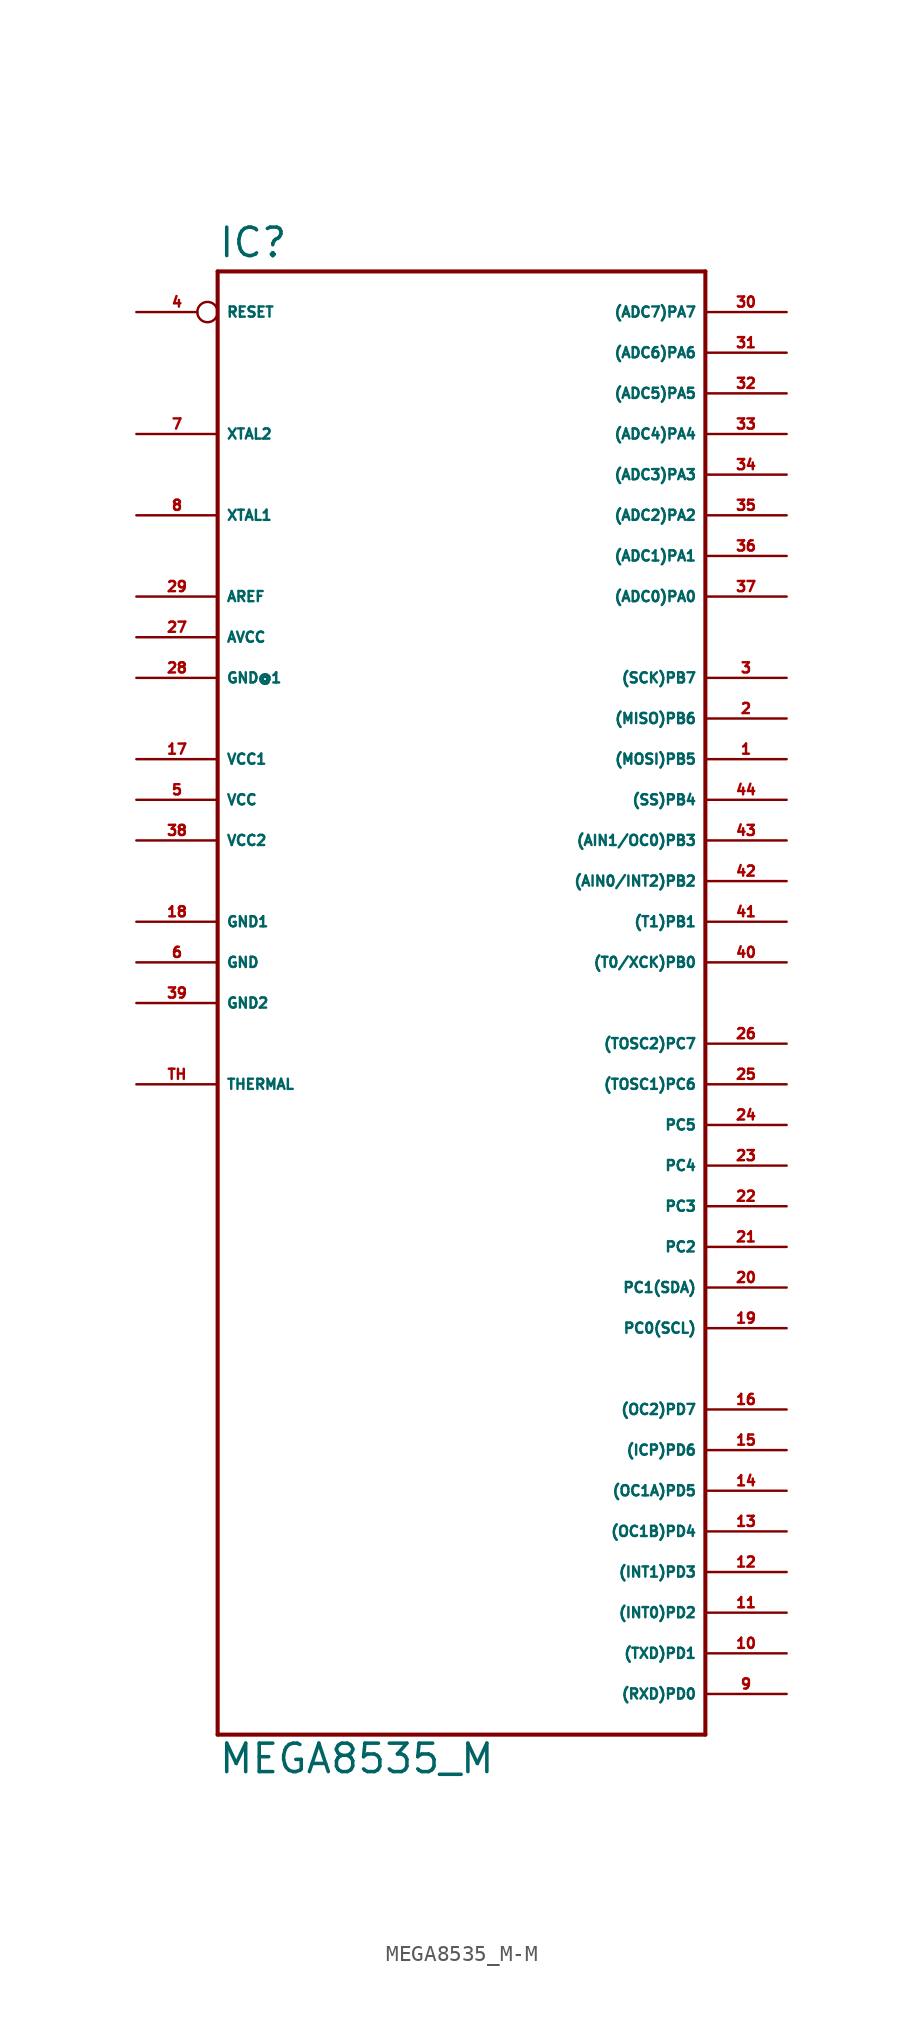
<source format=kicad_sym>
(kicad_symbol_lib
  (version 20220914)
  (generator Eagle2Kicad)
  (symbol "MEGA8535_M-M"
    (property "Reference" "IC"
      (at -15.24 43.942 0)
      (effects (font (size 1.778 1.778) (thickness 0.22)) (justify left bottom)))
    (property "Value" "MEGA8535_M"
      (at -15.24 -50.8 0)
      (effects (font (size 1.778 1.778) (thickness 0.22)) (justify left bottom)))
    (polyline
      (pts (xy -15.24 43.18) (xy 15.24 43.18))
      (stroke (width 0.254) (type default))
      (fill (type none)))
    (polyline
      (pts (xy 15.24 43.18) (xy 15.24 -48.26))
      (stroke (width 0.254) (type default))
      (fill (type none)))
    (polyline
      (pts (xy 15.24 -48.26) (xy -15.24 -48.26))
      (stroke (width 0.254) (type default))
      (fill (type none)))
    (polyline
      (pts (xy -15.24 -48.26) (xy -15.24 43.18))
      (stroke (width 0.254) (type default))
      (fill (type none)))
    (pin bidirectional line
      (at 20.32 40.64 180)
      (length 5.08)
      (name "(ADC7)PA7" (effects (font (size 0.635 0.635) (thickness 0.08)) (justify left bottom)))
      (number "30" (effects (font (size 0.635 0.635) (thickness 0.08)) (justify left bottom))))
    (pin bidirectional line
      (at 20.32 38.1 180)
      (length 5.08)
      (name "(ADC6)PA6" (effects (font (size 0.635 0.635) (thickness 0.08)) (justify left bottom)))
      (number "31" (effects (font (size 0.635 0.635) (thickness 0.08)) (justify left bottom))))
    (pin bidirectional line
      (at 20.32 35.56 180)
      (length 5.08)
      (name "(ADC5)PA5" (effects (font (size 0.635 0.635) (thickness 0.08)) (justify left bottom)))
      (number "32" (effects (font (size 0.635 0.635) (thickness 0.08)) (justify left bottom))))
    (pin bidirectional line
      (at 20.32 33.02 180)
      (length 5.08)
      (name "(ADC4)PA4" (effects (font (size 0.635 0.635) (thickness 0.08)) (justify left bottom)))
      (number "33" (effects (font (size 0.635 0.635) (thickness 0.08)) (justify left bottom))))
    (pin bidirectional line
      (at 20.32 30.48 180)
      (length 5.08)
      (name "(ADC3)PA3" (effects (font (size 0.635 0.635) (thickness 0.08)) (justify left bottom)))
      (number "34" (effects (font (size 0.635 0.635) (thickness 0.08)) (justify left bottom))))
    (pin bidirectional line
      (at 20.32 27.94 180)
      (length 5.08)
      (name "(ADC2)PA2" (effects (font (size 0.635 0.635) (thickness 0.08)) (justify left bottom)))
      (number "35" (effects (font (size 0.635 0.635) (thickness 0.08)) (justify left bottom))))
    (pin bidirectional line
      (at 20.32 25.4 180)
      (length 5.08)
      (name "(ADC1)PA1" (effects (font (size 0.635 0.635) (thickness 0.08)) (justify left bottom)))
      (number "36" (effects (font (size 0.635 0.635) (thickness 0.08)) (justify left bottom))))
    (pin bidirectional line
      (at 20.32 22.86 180)
      (length 5.08)
      (name "(ADC0)PA0" (effects (font (size 0.635 0.635) (thickness 0.08)) (justify left bottom)))
      (number "37" (effects (font (size 0.635 0.635) (thickness 0.08)) (justify left bottom))))
    (pin bidirectional line
      (at 20.32 17.78 180)
      (length 5.08)
      (name "(SCK)PB7" (effects (font (size 0.635 0.635) (thickness 0.08)) (justify left bottom)))
      (number "3" (effects (font (size 0.635 0.635) (thickness 0.08)) (justify left bottom))))
    (pin bidirectional line
      (at 20.32 15.24 180)
      (length 5.08)
      (name "(MISO)PB6" (effects (font (size 0.635 0.635) (thickness 0.08)) (justify left bottom)))
      (number "2" (effects (font (size 0.635 0.635) (thickness 0.08)) (justify left bottom))))
    (pin bidirectional line
      (at 20.32 12.7 180)
      (length 5.08)
      (name "(MOSI)PB5" (effects (font (size 0.635 0.635) (thickness 0.08)) (justify left bottom)))
      (number "1" (effects (font (size 0.635 0.635) (thickness 0.08)) (justify left bottom))))
    (pin bidirectional line
      (at 20.32 10.16 180)
      (length 5.08)
      (name "(SS)PB4" (effects (font (size 0.635 0.635) (thickness 0.08)) (justify left bottom)))
      (number "44" (effects (font (size 0.635 0.635) (thickness 0.08)) (justify left bottom))))
    (pin bidirectional line
      (at 20.32 7.62 180)
      (length 5.08)
      (name "(AIN1/OC0)PB3" (effects (font (size 0.635 0.635) (thickness 0.08)) (justify left bottom)))
      (number "43" (effects (font (size 0.635 0.635) (thickness 0.08)) (justify left bottom))))
    (pin bidirectional line
      (at 20.32 5.08 180)
      (length 5.08)
      (name "(AIN0/INT2)PB2" (effects (font (size 0.635 0.635) (thickness 0.08)) (justify left bottom)))
      (number "42" (effects (font (size 0.635 0.635) (thickness 0.08)) (justify left bottom))))
    (pin bidirectional line
      (at 20.32 2.54 180)
      (length 5.08)
      (name "(T1)PB1" (effects (font (size 0.635 0.635) (thickness 0.08)) (justify left bottom)))
      (number "41" (effects (font (size 0.635 0.635) (thickness 0.08)) (justify left bottom))))
    (pin bidirectional line
      (at 20.32 0 180)
      (length 5.08)
      (name "(T0/XCK)PB0" (effects (font (size 0.635 0.635) (thickness 0.08)) (justify left bottom)))
      (number "40" (effects (font (size 0.635 0.635) (thickness 0.08)) (justify left bottom))))
    (pin bidirectional line
      (at 20.32 -5.08 180)
      (length 5.08)
      (name "(TOSC2)PC7" (effects (font (size 0.635 0.635) (thickness 0.08)) (justify left bottom)))
      (number "26" (effects (font (size 0.635 0.635) (thickness 0.08)) (justify left bottom))))
    (pin bidirectional line
      (at 20.32 -7.62 180)
      (length 5.08)
      (name "(TOSC1)PC6" (effects (font (size 0.635 0.635) (thickness 0.08)) (justify left bottom)))
      (number "25" (effects (font (size 0.635 0.635) (thickness 0.08)) (justify left bottom))))
    (pin bidirectional line
      (at 20.32 -10.16 180)
      (length 5.08)
      (name "PC5" (effects (font (size 0.635 0.635) (thickness 0.08)) (justify left bottom)))
      (number "24" (effects (font (size 0.635 0.635) (thickness 0.08)) (justify left bottom))))
    (pin bidirectional line
      (at 20.32 -12.7 180)
      (length 5.08)
      (name "PC4" (effects (font (size 0.635 0.635) (thickness 0.08)) (justify left bottom)))
      (number "23" (effects (font (size 0.635 0.635) (thickness 0.08)) (justify left bottom))))
    (pin bidirectional line
      (at 20.32 -15.24 180)
      (length 5.08)
      (name "PC3" (effects (font (size 0.635 0.635) (thickness 0.08)) (justify left bottom)))
      (number "22" (effects (font (size 0.635 0.635) (thickness 0.08)) (justify left bottom))))
    (pin bidirectional line
      (at 20.32 -17.78 180)
      (length 5.08)
      (name "PC2" (effects (font (size 0.635 0.635) (thickness 0.08)) (justify left bottom)))
      (number "21" (effects (font (size 0.635 0.635) (thickness 0.08)) (justify left bottom))))
    (pin bidirectional line
      (at 20.32 -20.32 180)
      (length 5.08)
      (name "PC1(SDA)" (effects (font (size 0.635 0.635) (thickness 0.08)) (justify left bottom)))
      (number "20" (effects (font (size 0.635 0.635) (thickness 0.08)) (justify left bottom))))
    (pin bidirectional line
      (at 20.32 -22.86 180)
      (length 5.08)
      (name "PC0(SCL)" (effects (font (size 0.635 0.635) (thickness 0.08)) (justify left bottom)))
      (number "19" (effects (font (size 0.635 0.635) (thickness 0.08)) (justify left bottom))))
    (pin unspecified line
      (at -20.32 17.78 0)
      (length 5.08)
      (name "GND@1" (effects (font (size 0.635 0.635) (thickness 0.08)) (justify left bottom)))
      (number "28" (effects (font (size 0.635 0.635) (thickness 0.08)) (justify left bottom))))
    (pin unspecified line
      (at -20.32 20.32 0)
      (length 5.08)
      (name "AVCC" (effects (font (size 0.635 0.635) (thickness 0.08)) (justify left bottom)))
      (number "27" (effects (font (size 0.635 0.635) (thickness 0.08)) (justify left bottom))))
    (pin passive line
      (at -20.32 22.86 0)
      (length 5.08)
      (name "AREF" (effects (font (size 0.635 0.635) (thickness 0.08)) (justify left bottom)))
      (number "29" (effects (font (size 0.635 0.635) (thickness 0.08)) (justify left bottom))))
    (pin bidirectional line
      (at -20.32 27.94 0)
      (length 5.08)
      (name "XTAL1" (effects (font (size 0.635 0.635) (thickness 0.08)) (justify left bottom)))
      (number "8" (effects (font (size 0.635 0.635) (thickness 0.08)) (justify left bottom))))
    (pin bidirectional line
      (at -20.32 33.02 0)
      (length 5.08)
      (name "XTAL2" (effects (font (size 0.635 0.635) (thickness 0.08)) (justify left bottom)))
      (number "7" (effects (font (size 0.635 0.635) (thickness 0.08)) (justify left bottom))))
    (pin unspecified line
      (at -20.32 2.54 0)
      (length 5.08)
      (name "GND1" (effects (font (size 0.635 0.635) (thickness 0.08)) (justify left bottom)))
      (number "18" (effects (font (size 0.635 0.635) (thickness 0.08)) (justify left bottom))))
    (pin unspecified line
      (at -20.32 -2.54 0)
      (length 5.08)
      (name "GND2" (effects (font (size 0.635 0.635) (thickness 0.08)) (justify left bottom)))
      (number "39" (effects (font (size 0.635 0.635) (thickness 0.08)) (justify left bottom))))
    (pin input inverted
      (at -20.32 40.64 0)
      (length 5.08)
      (name "RESET" (effects (font (size 0.635 0.635) (thickness 0.08)) (justify left bottom)))
      (number "4" (effects (font (size 0.635 0.635) (thickness 0.08)) (justify left bottom))))
    (pin bidirectional line
      (at 20.32 -45.72 180)
      (length 5.08)
      (name "(RXD)PD0" (effects (font (size 0.635 0.635) (thickness 0.08)) (justify left bottom)))
      (number "9" (effects (font (size 0.635 0.635) (thickness 0.08)) (justify left bottom))))
    (pin bidirectional line
      (at 20.32 -43.18 180)
      (length 5.08)
      (name "(TXD)PD1" (effects (font (size 0.635 0.635) (thickness 0.08)) (justify left bottom)))
      (number "10" (effects (font (size 0.635 0.635) (thickness 0.08)) (justify left bottom))))
    (pin bidirectional line
      (at 20.32 -40.64 180)
      (length 5.08)
      (name "(INT0)PD2" (effects (font (size 0.635 0.635) (thickness 0.08)) (justify left bottom)))
      (number "11" (effects (font (size 0.635 0.635) (thickness 0.08)) (justify left bottom))))
    (pin bidirectional line
      (at 20.32 -38.1 180)
      (length 5.08)
      (name "(INT1)PD3" (effects (font (size 0.635 0.635) (thickness 0.08)) (justify left bottom)))
      (number "12" (effects (font (size 0.635 0.635) (thickness 0.08)) (justify left bottom))))
    (pin bidirectional line
      (at 20.32 -35.56 180)
      (length 5.08)
      (name "(OC1B)PD4" (effects (font (size 0.635 0.635) (thickness 0.08)) (justify left bottom)))
      (number "13" (effects (font (size 0.635 0.635) (thickness 0.08)) (justify left bottom))))
    (pin bidirectional line
      (at 20.32 -33.02 180)
      (length 5.08)
      (name "(OC1A)PD5" (effects (font (size 0.635 0.635) (thickness 0.08)) (justify left bottom)))
      (number "14" (effects (font (size 0.635 0.635) (thickness 0.08)) (justify left bottom))))
    (pin bidirectional line
      (at 20.32 -30.48 180)
      (length 5.08)
      (name "(ICP)PD6" (effects (font (size 0.635 0.635) (thickness 0.08)) (justify left bottom)))
      (number "15" (effects (font (size 0.635 0.635) (thickness 0.08)) (justify left bottom))))
    (pin bidirectional line
      (at 20.32 -27.94 180)
      (length 5.08)
      (name "(OC2)PD7" (effects (font (size 0.635 0.635) (thickness 0.08)) (justify left bottom)))
      (number "16" (effects (font (size 0.635 0.635) (thickness 0.08)) (justify left bottom))))
    (pin unspecified line
      (at -20.32 12.7 0)
      (length 5.08)
      (name "VCC1" (effects (font (size 0.635 0.635) (thickness 0.08)) (justify left bottom)))
      (number "17" (effects (font (size 0.635 0.635) (thickness 0.08)) (justify left bottom))))
    (pin unspecified line
      (at -20.32 10.16 0)
      (length 5.08)
      (name "VCC" (effects (font (size 0.635 0.635) (thickness 0.08)) (justify left bottom)))
      (number "5" (effects (font (size 0.635 0.635) (thickness 0.08)) (justify left bottom))))
    (pin unspecified line
      (at -20.32 7.62 0)
      (length 5.08)
      (name "VCC2" (effects (font (size 0.635 0.635) (thickness 0.08)) (justify left bottom)))
      (number "38" (effects (font (size 0.635 0.635) (thickness 0.08)) (justify left bottom))))
    (pin unspecified line
      (at -20.32 0 0)
      (length 5.08)
      (name "GND" (effects (font (size 0.635 0.635) (thickness 0.08)) (justify left bottom)))
      (number "6" (effects (font (size 0.635 0.635) (thickness 0.08)) (justify left bottom))))
    (pin input line
      (at -20.32 -7.62 0)
      (length 5.08)
      (name "THERMAL" (effects (font (size 0.635 0.635) (thickness 0.08)) (justify left bottom)))
      (number "TH" (effects (font (size 0.635 0.635) (thickness 0.08)) (justify left bottom))))))
</source>
